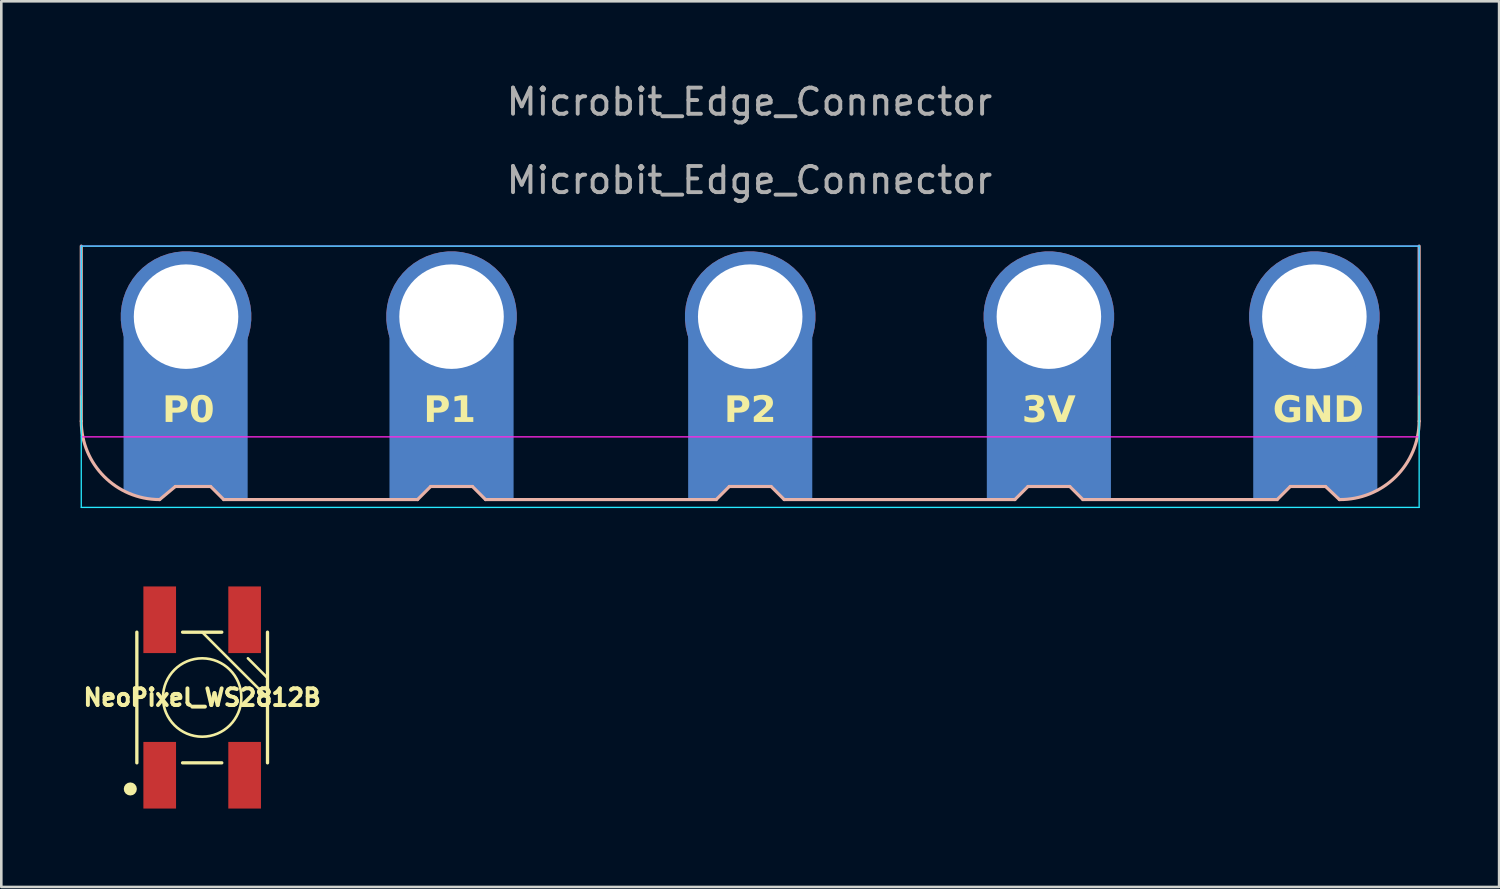
<source format=kicad_pcb>
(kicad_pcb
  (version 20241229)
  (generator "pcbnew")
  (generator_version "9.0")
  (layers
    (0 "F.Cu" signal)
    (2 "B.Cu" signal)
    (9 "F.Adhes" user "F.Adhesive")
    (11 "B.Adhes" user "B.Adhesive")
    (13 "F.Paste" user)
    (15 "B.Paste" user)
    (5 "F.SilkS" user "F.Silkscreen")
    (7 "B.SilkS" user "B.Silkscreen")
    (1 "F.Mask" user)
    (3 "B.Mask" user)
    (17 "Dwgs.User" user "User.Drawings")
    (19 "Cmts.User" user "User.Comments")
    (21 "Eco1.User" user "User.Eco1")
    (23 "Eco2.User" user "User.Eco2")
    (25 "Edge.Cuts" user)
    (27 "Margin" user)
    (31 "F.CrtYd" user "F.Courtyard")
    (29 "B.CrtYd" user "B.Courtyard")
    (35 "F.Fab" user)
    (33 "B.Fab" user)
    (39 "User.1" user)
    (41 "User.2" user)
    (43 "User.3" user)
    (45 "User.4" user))
  (footprint "NeoPixel_WS2812B"
    (layer "F.Cu")
    (at 4.687 23.643)
    (property "Reference" "NeoPixel_WS2812B" (at 0 0 0) (layer "F.SilkS") (effects (font (size 0.64 0.64) (thickness 0.15))))
    (attr smd)
    (fp_line (start -2.5 2.5) (end -2.5 -2.5) (stroke (width 0.127) (type solid)) (layer "F.SilkS"))
    (fp_line (start -0.75 -2.5) (end 0.75 -2.5) (stroke (width 0.127) (type solid)) (layer "F.SilkS"))
    (fp_line (start 0.75 2.5) (end -0.75 2.5) (stroke (width 0.127) (type solid)) (layer "F.SilkS"))
    (fp_line (start 2.5 -2.5) (end 2.5 2.5) (stroke (width 0.127) (type solid)) (layer "F.SilkS"))
    (fp_line (start 2.5 -0.75) (end 1.75 -1.5) (stroke (width 0.1) (type default)) (layer "F.SilkS"))
    (fp_line (start 2.5 0) (end 0 -2.5) (stroke (width 0.1) (type default)) (layer "F.SilkS"))
    (fp_circle (center 0 0) (end 0 -1.5) (stroke (width 0.1) (type default)) (fill no) (layer "F.SilkS"))
    (fp_poly (pts (xy -2.5 3.5) (xy -2.519 3.404) (xy -2.573 3.323) (xy -2.654 3.269) (xy -2.75 3.25) (xy -2.846 3.269) (xy -2.927 3.323) (xy -2.981 3.404) (xy -3 3.5) (xy -2.981 3.596) (xy -2.927 3.677) (xy -2.846 3.731) (xy -2.75 3.75) (xy -2.654 3.731) (xy -2.573 3.677) (xy -2.519 3.596) (xy -2.5 3.5)) (stroke (width 0) (type solid)) (fill yes) (layer "F.SilkS"))
    (pad "1" smd rect (at -1.625 2.975 90) (size 2.55 1.25) (layers "F.Cu" "F.Mask" "F.Paste"))
    (pad "2" smd rect (at 1.625 2.975 90) (size 2.55 1.25) (layers "F.Cu" "F.Mask" "F.Paste"))
    (pad "3" smd rect (at 1.625 -2.975 90) (size 2.55 1.25) (layers "F.Cu" "F.Mask" "F.Paste"))
    (pad "4" smd rect (at -1.625 -2.975 90) (size 2.55 1.25) (layers "F.Cu" "F.Mask" "F.Paste")))
  (footprint "Microbit_Edge_Connector"
    (layer "F.Cu")
    (at 25.66 9.068)
    (property "Reference" "Microbit_Edge_Connector" (at -0.03 -8.22 0) (unlocked yes) (layer "F.Fab") (effects (font (size 1 1) (thickness 0.15))))
    (fp_poly (pts (xy -13.805 0) (xy -13.805 7) (xy -12.73 7) (xy -12.23 6.5) (xy -10.63 6.5) (xy -10.13 7) (xy -9.055 7) (xy -9.055 0)) (stroke (width 0) (type solid)) (fill yes) (layer "B.Cu"))
    (fp_poly (pts (xy -2.375 0) (xy -2.375 7) (xy -1.3 7) (xy -0.8 6.5) (xy 0.8 6.5) (xy 1.3 7) (xy 2.375 7) (xy 2.375 0)) (stroke (width 0) (type solid)) (fill yes) (layer "B.Cu"))
    (fp_poly (pts (xy 9.055 0) (xy 9.055 7) (xy 10.13 7) (xy 10.63 6.5) (xy 12.23 6.5) (xy 12.73 7) (xy 13.805 7) (xy 13.805 0)) (stroke (width 0) (type solid)) (fill yes) (layer "B.Cu"))
    (fp_poly (pts (xy -20.15 7) (xy -19.232 7) (xy -19.232 0) (xy -23.982 0) (arc (start -23.981976 6.636264) (mid -23.28021 6.909853) (end -22.528678 6.999998)) (xy -22 6.5) (xy -20.65 6.5)) (stroke (width 0) (type solid)) (fill yes) (layer "B.Cu"))
    (fp_poly (pts (xy 20.168 7) (xy 19.25 7) (xy 19.25 0) (xy 24 0) (arc (start 24 6.636264) (mid 23.298234 6.909853) (end 22.546702 6.999998)) (xy 22.018 6.5) (xy 20.668 6.5)) (stroke (width 0) (type solid)) (fill yes) (layer "B.Cu"))
    (fp_poly (pts (xy -22 6.5) (xy -20.65 6.5) (xy -20.15 7) (xy -12.73 7) (xy -12.23 6.5) (xy -10.63 6.5) (xy -10.13 7) (xy -1.3 7) (xy -0.8 6.5) (xy 0.8 6.5) (xy 1.3 7) (xy 10.13 7) (xy 10.63 6.5) (xy 12.23 6.5) (xy 12.73 7) (xy 20.168 7) (xy 20.668 6.5) (xy 22.018 6.5) (xy 22.547 7) (xy 22.719 6.999) (xy 23.061 6.964) (xy 23.397 6.89) (xy 23.723 6.778) (xy 24.033 6.63) (xy 24.325 6.447) (xy 24.594 6.233) (xy 24.837 5.99) (xy 25.051 5.72) (xy 25.233 5.428) (xy 25.38 5.117) (xy 25.492 4.791) (xy 25.565 4.455) (xy 25.6 4.113) (xy 25.6 3.94) (xy 25.6 -2.71) (xy -25.61 -2.7) (xy -25.6 4) (xy -25.598 4.168) (xy -25.56 4.503) (xy -25.485 4.831) (xy -25.374 5.149) (xy -25.228 5.452) (xy -25.049 5.737) (xy -24.839 6.001) (xy -24.601 6.239) (xy -24.337 6.449) (xy -24.052 6.628) (xy -23.749 6.774) (xy -23.431 6.885) (xy -23.103 6.96) (xy -22.768 6.998) (xy -22.6 7) (xy -22 6.5)) (stroke (width 0) (type solid)) (fill yes) (layer "B.Mask"))
    (fp_line (start -25.6 4) (end -25.6 -2.7) (stroke (width 0.12) (type solid)) (layer "B.SilkS"))
    (fp_line (start -22.6 7) (end -22 6.5) (stroke (width 0.12) (type default)) (layer "B.SilkS"))
    (fp_line (start -20.65 6.5) (end -22 6.5) (stroke (width 0.12) (type default)) (layer "B.SilkS"))
    (fp_line (start -20.15 7) (end -20.65 6.5) (stroke (width 0.12) (type default)) (layer "B.SilkS"))
    (fp_line (start -12.73 7) (end -20.15 7) (stroke (width 0.12) (type default)) (layer "B.SilkS"))
    (fp_line (start -12.23 6.5) (end -12.73 7) (stroke (width 0.12) (type default)) (layer "B.SilkS"))
    (fp_line (start -10.63 6.5) (end -12.23 6.5) (stroke (width 0.12) (type default)) (layer "B.SilkS"))
    (fp_line (start -10.13 7) (end -10.63 6.5) (stroke (width 0.12) (type default)) (layer "B.SilkS"))
    (fp_line (start -1.3 7) (end -10.13 7) (stroke (width 0.12) (type default)) (layer "B.SilkS"))
    (fp_line (start -0.8 6.5) (end -1.3 7) (stroke (width 0.12) (type default)) (layer "B.SilkS"))
    (fp_line (start 0.8 6.5) (end -0.8 6.5) (stroke (width 0.12) (type default)) (layer "B.SilkS"))
    (fp_line (start 1.3 7) (end 0.8 6.5) (stroke (width 0.12) (type default)) (layer "B.SilkS"))
    (fp_line (start 10.13 7) (end 1.3 7) (stroke (width 0.12) (type default)) (layer "B.SilkS"))
    (fp_line (start 10.63 6.5) (end 10.13 7) (stroke (width 0.12) (type default)) (layer "B.SilkS"))
    (fp_line (start 12.23 6.5) (end 10.63 6.5) (stroke (width 0.12) (type default)) (layer "B.SilkS"))
    (fp_line (start 12.73 7) (end 12.23 6.5) (stroke (width 0.12) (type default)) (layer "B.SilkS"))
    (fp_line (start 20.168 7) (end 12.73 7) (stroke (width 0.12) (type default)) (layer "B.SilkS"))
    (fp_line (start 20.668 6.5) (end 20.168 7) (stroke (width 0.12) (type default)) (layer "B.SilkS"))
    (fp_line (start 22.018 6.5) (end 20.668 6.5) (stroke (width 0.12) (type default)) (layer "B.SilkS"))
    (fp_line (start 22.547 7) (end 22.018 6.5) (stroke (width 0.12) (type default)) (layer "B.SilkS"))
    (fp_line (start 25.6 4) (end 25.6 -2.7) (stroke (width 0.12) (type solid)) (layer "B.SilkS"))
    (fp_arc (start -22.6 7) (mid -24.72132 6.12132) (end -25.6 4) (stroke (width 0.12) (type solid)) (layer "B.SilkS"))
    (fp_arc (start 25.600166 4.000001) (mid 24.696296 6.133963) (end 22.546702 6.999998) (stroke (width 0.12) (type solid)) (layer "B.SilkS"))
    (fp_line (start -25.6 -2.7) (end -25.6 7.3) (stroke (width 0.05) (type default)) (layer "B.CrtYd"))
    (fp_line (start 25.6 -2.7) (end -25.6 -2.7) (stroke (width 0.05) (type default)) (layer "B.CrtYd"))
    (fp_line (start 25.6 -2.7) (end 25.6 7.3) (stroke (width 0.05) (type default)) (layer "B.CrtYd"))
    (fp_line (start 25.6 7.3) (end -25.6 7.3) (stroke (width 0.05) (type default)) (layer "B.CrtYd"))
    (fp_line (start -25.6 -2.7) (end -25.6 3) (stroke (width 0.05) (type default)) (layer "F.CrtYd"))
    (fp_line (start 25.6 -2.7) (end -25.6 -2.7) (stroke (width 0.05) (type default)) (layer "F.CrtYd"))
    (fp_line (start 25.6 -2.7) (end 25.6 3) (stroke (width 0.05) (type default)) (layer "F.CrtYd"))
    (fp_line (start 25.6 4.6) (end -25.6 4.6) (stroke (width 0.05) (type default)) (layer "F.CrtYd"))
    (fp_text user "P1" (at -12.5 4.2 0) (unlocked yes) (layer "F.SilkS") (effects (font (face "Arial Black") (size 1 1) (thickness 0.1)) (justify left bottom)))
    (fp_text user "3V" (at 10.4 4.2 0) (unlocked yes) (layer "F.SilkS") (effects (font (face "Arial Black") (size 1 1) (thickness 0.1)) (justify left bottom)))
    (fp_text user "P2" (at -1 4.2 0) (unlocked yes) (layer "F.SilkS") (effects (font (face "Arial Black") (size 1 1) (thickness 0.1)) (justify left bottom)))
    (fp_text user "GND" (at 20 4.2 0) (unlocked yes) (layer "F.SilkS") (effects (font (face "Arial Black") (size 1 1) (thickness 0.1)) (justify left bottom)))
    (fp_text user "P0" (at -22.5 4.2 0) (unlocked yes) (layer "F.SilkS") (effects (font (face "Arial Black") (size 1 1) (thickness 0.1)) (justify left bottom)))
    (fp_text user "${REFERENCE}" (at -0.03 -5.22 0) (unlocked yes) (layer "F.Fab") (effects (font (size 1 1) (thickness 0.15))))
    (pad "1" thru_hole custom (at -21.59 0) (size 5 5) (drill 4) (layers "*.Cu" "*.Mask") (remove_unused_layers yes) (keep_end_layers yes) (zone_layer_connections) (options (anchor circle)) (primitives))
    (pad "2" thru_hole custom (at -11.43 0) (size 5 5) (drill 4) (layers "*.Cu" "*.Mask") (options (anchor circle)) (primitives))
    (pad "3" thru_hole custom (at 0 0) (size 5 5) (drill 4) (layers "*.Cu" "*.Mask") (options (anchor circle)) (primitives))
    (pad "4" thru_hole custom (at 11.43 0) (size 5 5) (drill 4) (layers "*.Cu" "*.Mask") (options (anchor circle)) (primitives))
    (pad "5" thru_hole custom (at 21.59 0) (size 5 5) (drill 4) (layers "*.Cu" "*.Mask") (options (anchor circle)) (primitives)))
  (gr_rect
    (start -3 -3)
    (end 54.32 30.893)
    (stroke (width 0.1) (type default))
    (fill no)
    (layer "Edge.Cuts")))
</source>
